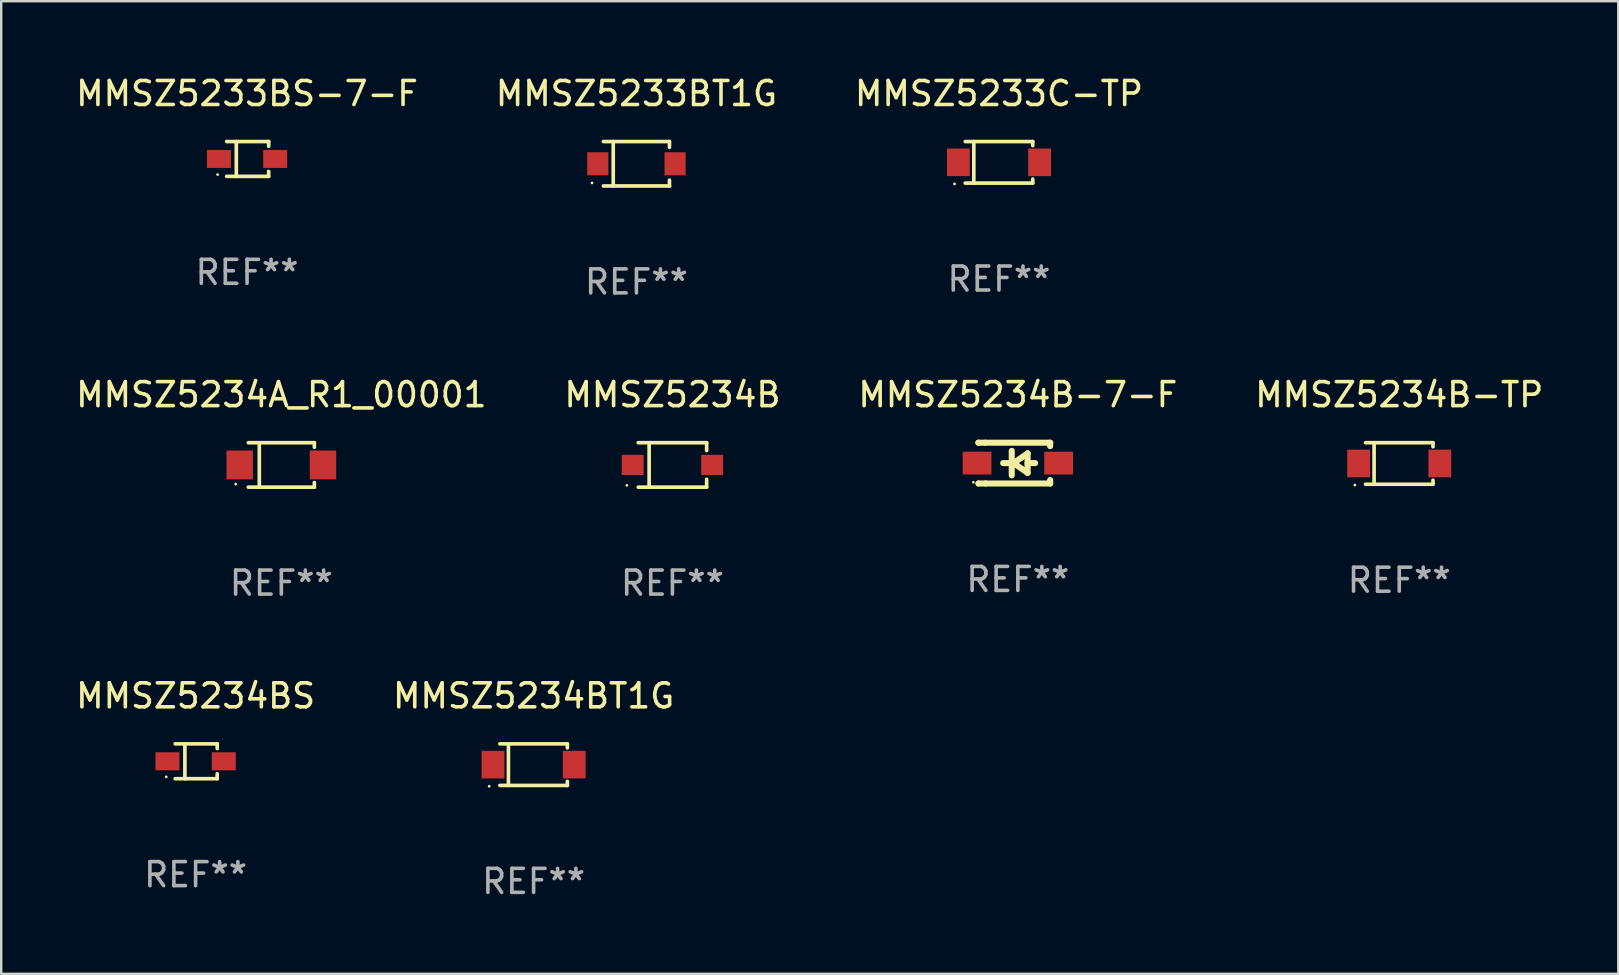
<source format=kicad_pcb>
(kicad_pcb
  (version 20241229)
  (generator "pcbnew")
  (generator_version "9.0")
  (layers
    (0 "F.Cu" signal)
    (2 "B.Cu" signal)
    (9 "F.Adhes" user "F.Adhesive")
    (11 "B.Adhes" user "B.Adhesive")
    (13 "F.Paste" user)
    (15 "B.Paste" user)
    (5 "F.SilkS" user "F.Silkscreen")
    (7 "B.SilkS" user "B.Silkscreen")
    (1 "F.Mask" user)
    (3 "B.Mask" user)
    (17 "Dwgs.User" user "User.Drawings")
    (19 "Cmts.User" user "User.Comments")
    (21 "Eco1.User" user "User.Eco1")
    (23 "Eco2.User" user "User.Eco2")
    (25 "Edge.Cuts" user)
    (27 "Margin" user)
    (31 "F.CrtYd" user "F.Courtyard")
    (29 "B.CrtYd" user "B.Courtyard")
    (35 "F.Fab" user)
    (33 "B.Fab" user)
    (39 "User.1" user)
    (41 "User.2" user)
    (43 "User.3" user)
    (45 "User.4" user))
  (footprint "MMSZ5233BS-7-F"
    (layer "F.Cu")
    (at 7.244 3.574)
    (property "Reference" "MMSZ5233BS-7-F" (at 0 -2.726 0) (layer "F.SilkS") (effects (font (size 1 1) (thickness 0.15))))
    (attr through_hole)
    (fp_line (start -0.851 -0.726) (end 0.901 -0.726) (stroke (width 0.152) (type solid)) (layer "F.SilkS"))
    (fp_line (start -0.851 0.726) (end 0.901 0.726) (stroke (width 0.152) (type solid)) (layer "F.SilkS"))
    (fp_line (start -0.447 -0.726) (end -0.447 0.726) (stroke (width 0.152) (type solid)) (layer "F.SilkS"))
    (fp_line (start 0.901 -0.726) (end 0.901 -0.53) (stroke (width 0.152) (type solid)) (layer "F.SilkS"))
    (fp_line (start 0.901 0.726) (end 0.901 0.52) (stroke (width 0.152) (type solid)) (layer "F.SilkS"))
    (fp_circle (center -1.225 0.65) (end -1.195 0.65) (stroke (width 0.06) (type solid)) (fill no) (layer "F.SilkS"))
    (fp_text user "REF**" (at 0 4.726 0) (layer "F.Fab") (effects (font (size 1 1) (thickness 0.15))))
    (pad "1" smd rect (at -1.173 0) (size 1 0.75) (layers "F.Cu" "F.Mask" "F.Paste"))
    (pad "2" smd rect (at 1.173 0) (size 1 0.75) (layers "F.Cu" "F.Mask" "F.Paste")))
  (footprint "MMSZ5233C-TP"
    (layer "F.Cu")
    (at 38.577 3.714)
    (property "Reference" "MMSZ5233C-TP" (at 0 -2.866 0) (layer "F.SilkS") (effects (font (size 1 1) (thickness 0.15))))
    (attr through_hole)
    (fp_line (start -1.406 -0.866) (end 1.406 -0.866) (stroke (width 0.152) (type solid)) (layer "F.SilkS"))
    (fp_line (start -1.406 0.866) (end 1.406 0.866) (stroke (width 0.152) (type solid)) (layer "F.SilkS"))
    (fp_line (start -1.049 -0.866) (end -1.049 0.866) (stroke (width 0.152) (type solid)) (layer "F.SilkS"))
    (fp_line (start 1.406 -0.866) (end 1.406 -0.698) (stroke (width 0.152) (type solid)) (layer "F.SilkS"))
    (fp_line (start 1.406 0.866) (end 1.406 0.698) (stroke (width 0.152) (type solid)) (layer "F.SilkS"))
    (fp_circle (center -1.851 0.9) (end -1.821 0.9) (stroke (width 0.06) (type solid)) (fill no) (layer "F.SilkS"))
    (fp_text user "REF**" (at 0 4.866 0) (layer "F.Fab") (effects (font (size 1 1) (thickness 0.15))))
    (pad "1" smd rect (at -1.692 0) (size 0.95 1.15) (layers "F.Cu" "F.Mask" "F.Paste"))
    (pad "2" smd rect (at 1.692 0) (size 0.95 1.15) (layers "F.Cu" "F.Mask" "F.Paste")))
  (footprint "MMSZ5234B"
    (layer "F.Cu")
    (at 24.97 16.323)
    (property "Reference" "MMSZ5234B" (at 0 -2.926 0) (layer "F.SilkS") (effects (font (size 1 1) (thickness 0.15))))
    (attr through_hole)
    (fp_line (start -1.426 0.926) (end 1.426 0.926) (stroke (width 0.152) (type solid)) (layer "F.SilkS"))
    (fp_line (start -1.426 -0.926) (end 1.426 -0.926) (stroke (width 0.152) (type solid)) (layer "F.SilkS"))
    (fp_line (start -0.971 0.926) (end -0.971 -0.926) (stroke (width 0.152) (type solid)) (layer "F.SilkS"))
    (fp_line (start 1.426 -0.926) (end 1.426 -0.6) (stroke (width 0.152) (type solid)) (layer "F.SilkS"))
    (fp_line (start 1.426 0.6) (end 1.426 0.926) (stroke (width 0.152) (type solid)) (layer "F.SilkS"))
    (fp_circle (center -1.9 0.85) (end -1.87 0.85) (stroke (width 0.06) (type solid)) (fill no) (layer "F.SilkS"))
    (fp_text user "REF**" (at 0 4.926 0) (layer "F.Fab") (effects (font (size 1 1) (thickness 0.15))))
    (pad "1" smd rect (at -1.655 -0.000064) (size 0.91 0.84) (layers "F.Cu" "F.Mask" "F.Paste"))
    (pad "2" smd rect (at 1.655 -0.000064) (size 0.91 0.84) (layers "F.Cu" "F.Mask" "F.Paste")))
  (footprint "MMSZ5233BT1G"
    (layer "F.Cu")
    (at 23.47 3.774)
    (property "Reference" "MMSZ5233BT1G" (at 0 -2.926 0) (layer "F.SilkS") (effects (font (size 1 1) (thickness 0.15))))
    (attr through_hole)
    (fp_line (start -1.376 -0.926) (end 1.376 -0.926) (stroke (width 0.152) (type solid)) (layer "F.SilkS"))
    (fp_line (start -1.376 0.926) (end 1.376 0.926) (stroke (width 0.152) (type solid)) (layer "F.SilkS"))
    (fp_line (start -0.967 -0.926) (end -0.967 0.926) (stroke (width 0.152) (type solid)) (layer "F.SilkS"))
    (fp_line (start 1.376 -0.926) (end 1.376 -0.683) (stroke (width 0.152) (type solid)) (layer "F.SilkS"))
    (fp_line (start 1.376 0.926) (end 1.376 0.683) (stroke (width 0.152) (type solid)) (layer "F.SilkS"))
    (fp_circle (center -1.85 0.8) (end -1.82 0.8) (stroke (width 0.06) (type solid)) (fill no) (layer "F.SilkS"))
    (fp_text user "REF**" (at 0 4.926 0) (layer "F.Fab") (effects (font (size 1 1) (thickness 0.15))))
    (pad "1" smd rect (at -1.61 0) (size 0.88 0.96) (layers "F.Cu" "F.Mask" "F.Paste"))
    (pad "2" smd rect (at 1.61 0) (size 0.88 0.96) (layers "F.Cu" "F.Mask" "F.Paste")))
  (footprint "MMSZ5234BT1G"
    (layer "F.Cu")
    (at 19.185 28.812)
    (property "Reference" "MMSZ5234BT1G" (at 0 -2.866 0) (layer "F.SilkS") (effects (font (size 1 1) (thickness 0.15))))
    (attr through_hole)
    (fp_line (start -1.406 -0.866) (end 1.406 -0.866) (stroke (width 0.152) (type solid)) (layer "F.SilkS"))
    (fp_line (start -1.406 0.866) (end 1.406 0.866) (stroke (width 0.152) (type solid)) (layer "F.SilkS"))
    (fp_line (start -1.049 -0.866) (end -1.049 0.866) (stroke (width 0.152) (type solid)) (layer "F.SilkS"))
    (fp_line (start 1.406 -0.866) (end 1.406 -0.698) (stroke (width 0.152) (type solid)) (layer "F.SilkS"))
    (fp_line (start 1.406 0.866) (end 1.406 0.698) (stroke (width 0.152) (type solid)) (layer "F.SilkS"))
    (fp_circle (center -1.851 0.9) (end -1.821 0.9) (stroke (width 0.06) (type solid)) (fill no) (layer "F.SilkS"))
    (fp_text user "REF**" (at 0 4.866 0) (layer "F.Fab") (effects (font (size 1 1) (thickness 0.15))))
    (pad "1" smd rect (at -1.692 0) (size 0.95 1.15) (layers "F.Cu" "F.Mask" "F.Paste"))
    (pad "2" smd rect (at 1.692 0) (size 0.95 1.15) (layers "F.Cu" "F.Mask" "F.Paste")))
  (footprint "MMSZ5234A_R1_00001"
    (layer "F.Cu")
    (at 8.673 16.323)
    (property "Reference" "MMSZ5234A_R1_00001" (at 0 -2.926 0) (layer "F.SilkS") (effects (font (size 1 1) (thickness 0.15))))
    (attr through_hole)
    (fp_line (start -1.376 -0.926) (end 1.376 -0.926) (stroke (width 0.152) (type solid)) (layer "F.SilkS"))
    (fp_line (start -1.376 0.926) (end 1.376 0.926) (stroke (width 0.152) (type solid)) (layer "F.SilkS"))
    (fp_line (start -0.917 -0.876) (end -0.917 0.876) (stroke (width 0.152) (type solid)) (layer "F.SilkS"))
    (fp_line (start 1.376 -0.926) (end 1.376 -0.733) (stroke (width 0.152) (type solid)) (layer "F.SilkS"))
    (fp_line (start 1.376 0.926) (end 1.376 0.733) (stroke (width 0.152) (type solid)) (layer "F.SilkS"))
    (fp_circle (center -1.9 0.8) (end -1.87 0.8) (stroke (width 0.06) (type solid)) (fill no) (layer "F.SilkS"))
    (fp_text user "REF**" (at 0 4.926 0) (layer "F.Fab") (effects (font (size 1 1) (thickness 0.15))))
    (pad "1" smd rect (at -1.735 -0.000025) (size 1.1 1.2) (layers "F.Cu" "F.Mask" "F.Paste"))
    (pad "2" smd rect (at 1.735 -0.000025) (size 1.1 1.2) (layers "F.Cu" "F.Mask" "F.Paste")))
  (footprint "MMSZ5234BS"
    (layer "F.Cu")
    (at 5.101 28.672)
    (property "Reference" "MMSZ5234BS" (at 0 -2.726 0) (layer "F.SilkS") (effects (font (size 1 1) (thickness 0.15))))
    (attr through_hole)
    (fp_line (start -0.851 -0.726) (end 0.901 -0.726) (stroke (width 0.152) (type solid)) (layer "F.SilkS"))
    (fp_line (start -0.851 0.726) (end 0.901 0.726) (stroke (width 0.152) (type solid)) (layer "F.SilkS"))
    (fp_line (start -0.447 -0.726) (end -0.447 0.726) (stroke (width 0.152) (type solid)) (layer "F.SilkS"))
    (fp_line (start 0.901 -0.726) (end 0.901 -0.53) (stroke (width 0.152) (type solid)) (layer "F.SilkS"))
    (fp_line (start 0.901 0.726) (end 0.901 0.52) (stroke (width 0.152) (type solid)) (layer "F.SilkS"))
    (fp_circle (center -1.225 0.65) (end -1.195 0.65) (stroke (width 0.06) (type solid)) (fill no) (layer "F.SilkS"))
    (fp_text user "REF**" (at 0 4.726 0) (layer "F.Fab") (effects (font (size 1 1) (thickness 0.15))))
    (pad "1" smd rect (at -1.173 0) (size 1 0.75) (layers "F.Cu" "F.Mask" "F.Paste"))
    (pad "2" smd rect (at 1.173 0) (size 1 0.75) (layers "F.Cu" "F.Mask" "F.Paste")))
  (footprint "MMSZ5234B-7-F"
    (layer "F.Cu")
    (at 39.363 16.247)
    (property "Reference" "MMSZ5234B-7-F" (at 0 -2.85 0) (layer "F.SilkS") (effects (font (size 1 1) (thickness 0.15))))
    (attr through_hole)
    (fp_line (start -1.643 -0.85) (end -1.644 -0.849) (stroke (width 0.254) (type solid)) (layer "F.SilkS"))
    (fp_line (start -1.638 0.85) (end -1.639 0.849) (stroke (width 0.254) (type solid)) (layer "F.SilkS"))
    (fp_line (start -1.346 -0.85) (end -1.643 -0.85) (stroke (width 0.254) (type solid)) (layer "F.SilkS"))
    (fp_line (start -1.346 -0.85) (end 1.346 -0.85) (stroke (width 0.254) (type solid)) (layer "F.SilkS"))
    (fp_line (start -1.346 0.85) (end -1.638 0.85) (stroke (width 0.254) (type solid)) (layer "F.SilkS"))
    (fp_line (start -0.28 0) (end -0.61 0) (stroke (width 0.254) (type solid)) (layer "F.SilkS"))
    (fp_line (start -0.254 -0.508) (end -0.254 0.508) (stroke (width 0.254) (type solid)) (layer "F.SilkS"))
    (fp_line (start -0.178 0) (end 0.406 -0.406) (stroke (width 0.254) (type solid)) (layer "F.SilkS"))
    (fp_line (start 0.406 -0.406) (end 0.406 0.406) (stroke (width 0.254) (type solid)) (layer "F.SilkS"))
    (fp_line (start 0.406 -0.000254) (end 0.72 -0.000254) (stroke (width 0.254) (type solid)) (layer "F.SilkS"))
    (fp_line (start 0.406 0.406) (end -0.178 0) (stroke (width 0.254) (type solid)) (layer "F.SilkS"))
    (fp_line (start 1.346 -0.85) (end 1.346 -0.706) (stroke (width 0.254) (type solid)) (layer "F.SilkS"))
    (fp_line (start 1.346 0.706) (end 1.346 0.85) (stroke (width 0.254) (type solid)) (layer "F.SilkS"))
    (fp_line (start 1.346 0.85) (end -1.346 0.85) (stroke (width 0.254) (type solid)) (layer "F.SilkS"))
    (fp_circle (center -1.85 0.8) (end -1.82 0.8) (stroke (width 0.06) (type solid)) (fill no) (layer "F.SilkS"))
    (fp_text user "REF**" (at 0 4.85 0) (layer "F.Fab") (effects (font (size 1 1) (thickness 0.15))))
    (pad "1" smd rect (at -1.7 0) (size 1.2 0.95) (layers "F.Cu" "F.Mask" "F.Paste"))
    (pad "2" smd rect (at 1.7 0) (size 1.2 0.95) (layers "F.Cu" "F.Mask" "F.Paste")))
  (footprint "MMSZ5234B-TP"
    (layer "F.Cu")
    (at 55.256 16.263)
    (property "Reference" "MMSZ5234B-TP" (at 0 -2.866 0) (layer "F.SilkS") (effects (font (size 1 1) (thickness 0.15))))
    (attr through_hole)
    (fp_line (start -1.406 -0.866) (end 1.406 -0.866) (stroke (width 0.152) (type solid)) (layer "F.SilkS"))
    (fp_line (start -1.406 0.866) (end 1.406 0.866) (stroke (width 0.152) (type solid)) (layer "F.SilkS"))
    (fp_line (start -1.049 -0.866) (end -1.049 0.866) (stroke (width 0.152) (type solid)) (layer "F.SilkS"))
    (fp_line (start 1.406 -0.866) (end 1.406 -0.698) (stroke (width 0.152) (type solid)) (layer "F.SilkS"))
    (fp_line (start 1.406 0.866) (end 1.406 0.698) (stroke (width 0.152) (type solid)) (layer "F.SilkS"))
    (fp_circle (center -1.851 0.9) (end -1.821 0.9) (stroke (width 0.06) (type solid)) (fill no) (layer "F.SilkS"))
    (fp_text user "REF**" (at 0 4.866 0) (layer "F.Fab") (effects (font (size 1 1) (thickness 0.15))))
    (pad "1" smd rect (at -1.692 0) (size 0.95 1.15) (layers "F.Cu" "F.Mask" "F.Paste"))
    (pad "2" smd rect (at 1.692 0) (size 0.95 1.15) (layers "F.Cu" "F.Mask" "F.Paste")))
  (gr_rect
    (start -3 -3)
    (end 64.381 37.527)
    (stroke (width 0.1) (type default))
    (fill no)
    (layer "Edge.Cuts")))
</source>
